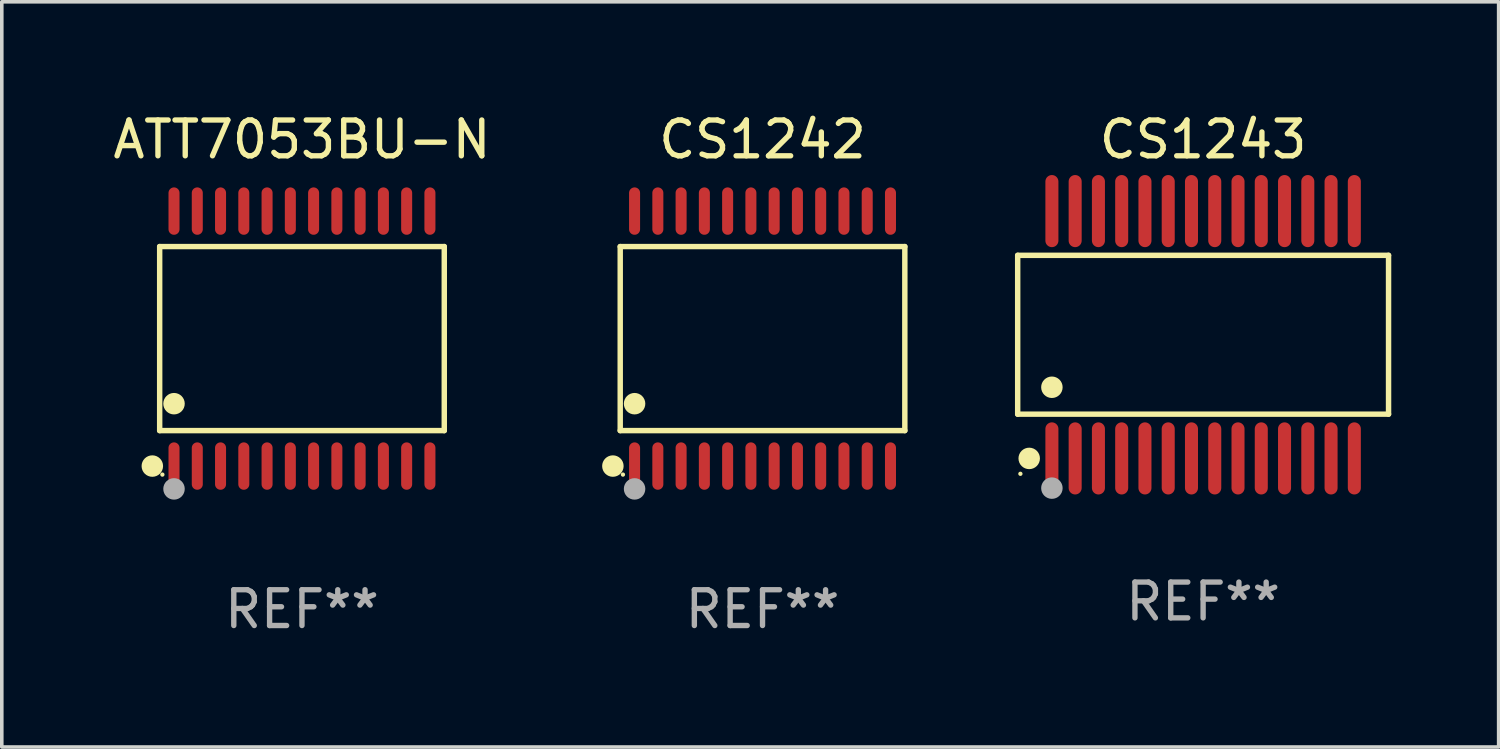
<source format=kicad_pcb>
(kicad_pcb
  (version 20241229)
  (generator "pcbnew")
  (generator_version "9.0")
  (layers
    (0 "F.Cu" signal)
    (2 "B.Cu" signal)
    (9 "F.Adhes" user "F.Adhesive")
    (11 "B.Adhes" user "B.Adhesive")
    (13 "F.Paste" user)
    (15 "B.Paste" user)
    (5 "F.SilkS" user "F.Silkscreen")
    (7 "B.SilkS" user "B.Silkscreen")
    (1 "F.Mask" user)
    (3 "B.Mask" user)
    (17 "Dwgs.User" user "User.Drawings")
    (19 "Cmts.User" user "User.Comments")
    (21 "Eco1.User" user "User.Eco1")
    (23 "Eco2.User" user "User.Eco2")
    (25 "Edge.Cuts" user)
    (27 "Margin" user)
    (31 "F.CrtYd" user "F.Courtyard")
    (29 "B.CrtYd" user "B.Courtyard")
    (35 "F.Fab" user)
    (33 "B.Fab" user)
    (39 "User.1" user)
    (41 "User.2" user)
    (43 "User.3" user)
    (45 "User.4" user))
  (footprint "CS1242"
    (layer "F.Cu")
    (at 18.255 6.41)
    (property "Reference" "CS1242" (at 0 -5.562 0) (layer "F.SilkS") (effects (font (size 1 1) (thickness 0.15))))
    (attr through_hole)
    (fp_line (start -3.976 -2.571) (end 3.976 -2.571) (stroke (width 0.152) (type solid)) (layer "F.SilkS"))
    (fp_line (start -3.976 2.571) (end -3.976 -2.571) (stroke (width 0.152) (type solid)) (layer "F.SilkS"))
    (fp_line (start 3.976 -2.571) (end 3.976 2.571) (stroke (width 0.152) (type solid)) (layer "F.SilkS"))
    (fp_line (start 3.976 2.571) (end -3.976 2.571) (stroke (width 0.152) (type solid)) (layer "F.SilkS"))
    (fp_circle (center -4.181 3.562) (end -4.031 3.562) (stroke (width 0.3) (type solid)) (fill no) (layer "F.SilkS"))
    (fp_circle (center -3.9 3.8) (end -3.87 3.8) (stroke (width 0.06) (type solid)) (fill no) (layer "F.SilkS"))
    (fp_circle (center -3.575 1.819) (end -3.425 1.819) (stroke (width 0.3) (type solid)) (fill no) (layer "F.SilkS"))
    (fp_circle (center -3.575 4.2) (end -3.425 4.2) (stroke (width 0.3) (type solid)) (fill no) (layer "F.Fab"))
    (fp_text user "REF**" (at 0 7.562 0) (layer "F.Fab") (effects (font (size 1 1) (thickness 0.15))))
    (pad "1" smd oval (at -3.575 3.562) (size 0.308 1.324) (layers "F.Cu" "F.Mask" "F.Paste"))
    (pad "2" smd oval (at -2.925 3.562) (size 0.308 1.324) (layers "F.Cu" "F.Mask" "F.Paste"))
    (pad "3" smd oval (at -2.275 3.562) (size 0.308 1.324) (layers "F.Cu" "F.Mask" "F.Paste"))
    (pad "4" smd oval (at -1.625 3.562) (size 0.308 1.324) (layers "F.Cu" "F.Mask" "F.Paste"))
    (pad "5" smd oval (at -0.975 3.562) (size 0.308 1.324) (layers "F.Cu" "F.Mask" "F.Paste"))
    (pad "6" smd oval (at -0.325 3.562) (size 0.308 1.324) (layers "F.Cu" "F.Mask" "F.Paste"))
    (pad "7" smd oval (at 0.325 3.562) (size 0.308 1.324) (layers "F.Cu" "F.Mask" "F.Paste"))
    (pad "8" smd oval (at 0.975 3.562) (size 0.308 1.324) (layers "F.Cu" "F.Mask" "F.Paste"))
    (pad "9" smd oval (at 1.625 3.562) (size 0.308 1.324) (layers "F.Cu" "F.Mask" "F.Paste"))
    (pad "10" smd oval (at 2.275 3.562) (size 0.308 1.324) (layers "F.Cu" "F.Mask" "F.Paste"))
    (pad "11" smd oval (at 2.925 3.562) (size 0.308 1.324) (layers "F.Cu" "F.Mask" "F.Paste"))
    (pad "12" smd oval (at 3.575 3.562) (size 0.308 1.324) (layers "F.Cu" "F.Mask" "F.Paste"))
    (pad "13" smd oval (at 3.575 -3.562) (size 0.308 1.324) (layers "F.Cu" "F.Mask" "F.Paste"))
    (pad "14" smd oval (at 2.925 -3.562) (size 0.308 1.324) (layers "F.Cu" "F.Mask" "F.Paste"))
    (pad "15" smd oval (at 2.275 -3.562) (size 0.308 1.324) (layers "F.Cu" "F.Mask" "F.Paste"))
    (pad "16" smd oval (at 1.625 -3.562) (size 0.308 1.324) (layers "F.Cu" "F.Mask" "F.Paste"))
    (pad "17" smd oval (at 0.975 -3.562) (size 0.308 1.324) (layers "F.Cu" "F.Mask" "F.Paste"))
    (pad "18" smd oval (at 0.325 -3.562) (size 0.308 1.324) (layers "F.Cu" "F.Mask" "F.Paste"))
    (pad "19" smd oval (at -0.325 -3.562) (size 0.308 1.324) (layers "F.Cu" "F.Mask" "F.Paste"))
    (pad "20" smd oval (at -0.975 -3.562) (size 0.308 1.324) (layers "F.Cu" "F.Mask" "F.Paste"))
    (pad "21" smd oval (at -1.625 -3.562) (size 0.308 1.324) (layers "F.Cu" "F.Mask" "F.Paste"))
    (pad "22" smd oval (at -2.275 -3.562) (size 0.308 1.324) (layers "F.Cu" "F.Mask" "F.Paste"))
    (pad "23" smd oval (at -2.925 -3.562) (size 0.308 1.324) (layers "F.Cu" "F.Mask" "F.Paste"))
    (pad "24" smd oval (at -3.575 -3.562) (size 0.308 1.324) (layers "F.Cu" "F.Mask" "F.Paste")))
  (footprint "CS1243"
    (layer "F.Cu")
    (at 30.565 6.303)
    (property "Reference" "CS1243" (at 0 -5.455 0) (layer "F.SilkS") (effects (font (size 1 1) (thickness 0.15))))
    (attr through_hole)
    (fp_line (start -5.181 -2.219) (end 5.181 -2.219) (stroke (width 0.152) (type solid)) (layer "F.SilkS"))
    (fp_line (start -5.181 2.219) (end -5.181 -2.219) (stroke (width 0.152) (type solid)) (layer "F.SilkS"))
    (fp_line (start 5.181 -2.219) (end 5.181 2.219) (stroke (width 0.152) (type solid)) (layer "F.SilkS"))
    (fp_line (start 5.181 2.219) (end -5.181 2.219) (stroke (width 0.152) (type solid)) (layer "F.SilkS"))
    (fp_circle (center -5.105 3.885) (end -5.075 3.885) (stroke (width 0.06) (type solid)) (fill no) (layer "F.SilkS"))
    (fp_circle (center -4.859 3.455) (end -4.709 3.455) (stroke (width 0.3) (type solid)) (fill no) (layer "F.SilkS"))
    (fp_circle (center -4.225 1.467) (end -4.075 1.467) (stroke (width 0.3) (type solid)) (fill no) (layer "F.SilkS"))
    (fp_circle (center -4.225 4.285) (end -4.075 4.285) (stroke (width 0.3) (type solid)) (fill no) (layer "F.Fab"))
    (fp_text user "REF**" (at 0 7.455 0) (layer "F.Fab") (effects (font (size 1 1) (thickness 0.15))))
    (pad "1" smd oval (at -4.225 3.455) (size 0.364 2.015) (layers "F.Cu" "F.Mask" "F.Paste"))
    (pad "2" smd oval (at -3.575 3.455) (size 0.364 2.015) (layers "F.Cu" "F.Mask" "F.Paste"))
    (pad "3" smd oval (at -2.925 3.455) (size 0.364 2.015) (layers "F.Cu" "F.Mask" "F.Paste"))
    (pad "4" smd oval (at -2.275 3.455) (size 0.364 2.015) (layers "F.Cu" "F.Mask" "F.Paste"))
    (pad "5" smd oval (at -1.625 3.455) (size 0.364 2.015) (layers "F.Cu" "F.Mask" "F.Paste"))
    (pad "6" smd oval (at -0.975 3.455) (size 0.364 2.015) (layers "F.Cu" "F.Mask" "F.Paste"))
    (pad "7" smd oval (at -0.325 3.455) (size 0.364 2.015) (layers "F.Cu" "F.Mask" "F.Paste"))
    (pad "8" smd oval (at 0.325 3.455) (size 0.364 2.015) (layers "F.Cu" "F.Mask" "F.Paste"))
    (pad "9" smd oval (at 0.975 3.455) (size 0.364 2.015) (layers "F.Cu" "F.Mask" "F.Paste"))
    (pad "10" smd oval (at 1.625 3.455) (size 0.364 2.015) (layers "F.Cu" "F.Mask" "F.Paste"))
    (pad "11" smd oval (at 2.275 3.455) (size 0.364 2.015) (layers "F.Cu" "F.Mask" "F.Paste"))
    (pad "12" smd oval (at 2.925 3.455) (size 0.364 2.015) (layers "F.Cu" "F.Mask" "F.Paste"))
    (pad "13" smd oval (at 3.575 3.455) (size 0.364 2.015) (layers "F.Cu" "F.Mask" "F.Paste"))
    (pad "14" smd oval (at 4.225 3.455) (size 0.364 2.015) (layers "F.Cu" "F.Mask" "F.Paste"))
    (pad "15" smd oval (at 4.225 -3.455) (size 0.364 2.015) (layers "F.Cu" "F.Mask" "F.Paste"))
    (pad "16" smd oval (at 3.575 -3.455) (size 0.364 2.015) (layers "F.Cu" "F.Mask" "F.Paste"))
    (pad "17" smd oval (at 2.925 -3.455) (size 0.364 2.015) (layers "F.Cu" "F.Mask" "F.Paste"))
    (pad "18" smd oval (at 2.275 -3.455) (size 0.364 2.015) (layers "F.Cu" "F.Mask" "F.Paste"))
    (pad "19" smd oval (at 1.625 -3.455) (size 0.364 2.015) (layers "F.Cu" "F.Mask" "F.Paste"))
    (pad "20" smd oval (at 0.975 -3.455) (size 0.364 2.015) (layers "F.Cu" "F.Mask" "F.Paste"))
    (pad "21" smd oval (at 0.325 -3.455) (size 0.364 2.015) (layers "F.Cu" "F.Mask" "F.Paste"))
    (pad "22" smd oval (at -0.325 -3.455) (size 0.364 2.015) (layers "F.Cu" "F.Mask" "F.Paste"))
    (pad "23" smd oval (at -0.975 -3.455) (size 0.364 2.015) (layers "F.Cu" "F.Mask" "F.Paste"))
    (pad "24" smd oval (at -1.625 -3.455) (size 0.364 2.015) (layers "F.Cu" "F.Mask" "F.Paste"))
    (pad "25" smd oval (at -2.275 -3.455) (size 0.364 2.015) (layers "F.Cu" "F.Mask" "F.Paste"))
    (pad "26" smd oval (at -2.925 -3.455) (size 0.364 2.015) (layers "F.Cu" "F.Mask" "F.Paste"))
    (pad "27" smd oval (at -3.575 -3.455) (size 0.364 2.015) (layers "F.Cu" "F.Mask" "F.Paste"))
    (pad "28" smd oval (at -4.225 -3.455) (size 0.364 2.015) (layers "F.Cu" "F.Mask" "F.Paste")))
  (footprint "ATT7053BU-N"
    (layer "F.Cu")
    (at 5.387 6.41)
    (property "Reference" "ATT7053BU-N" (at 0 -5.562 0) (layer "F.SilkS") (effects (font (size 1 1) (thickness 0.15))))
    (attr through_hole)
    (fp_line (start -3.976 -2.571) (end 3.976 -2.571) (stroke (width 0.152) (type solid)) (layer "F.SilkS"))
    (fp_line (start -3.976 2.571) (end -3.976 -2.571) (stroke (width 0.152) (type solid)) (layer "F.SilkS"))
    (fp_line (start 3.976 -2.571) (end 3.976 2.571) (stroke (width 0.152) (type solid)) (layer "F.SilkS"))
    (fp_line (start 3.976 2.571) (end -3.976 2.571) (stroke (width 0.152) (type solid)) (layer "F.SilkS"))
    (fp_circle (center -4.181 3.562) (end -4.031 3.562) (stroke (width 0.3) (type solid)) (fill no) (layer "F.SilkS"))
    (fp_circle (center -3.9 3.8) (end -3.87 3.8) (stroke (width 0.06) (type solid)) (fill no) (layer "F.SilkS"))
    (fp_circle (center -3.575 1.819) (end -3.425 1.819) (stroke (width 0.3) (type solid)) (fill no) (layer "F.SilkS"))
    (fp_circle (center -3.575 4.2) (end -3.425 4.2) (stroke (width 0.3) (type solid)) (fill no) (layer "F.Fab"))
    (fp_text user "REF**" (at 0 7.562 0) (layer "F.Fab") (effects (font (size 1 1) (thickness 0.15))))
    (pad "1" smd oval (at -3.575 3.562) (size 0.308 1.324) (layers "F.Cu" "F.Mask" "F.Paste"))
    (pad "2" smd oval (at -2.925 3.562) (size 0.308 1.324) (layers "F.Cu" "F.Mask" "F.Paste"))
    (pad "3" smd oval (at -2.275 3.562) (size 0.308 1.324) (layers "F.Cu" "F.Mask" "F.Paste"))
    (pad "4" smd oval (at -1.625 3.562) (size 0.308 1.324) (layers "F.Cu" "F.Mask" "F.Paste"))
    (pad "5" smd oval (at -0.975 3.562) (size 0.308 1.324) (layers "F.Cu" "F.Mask" "F.Paste"))
    (pad "6" smd oval (at -0.325 3.562) (size 0.308 1.324) (layers "F.Cu" "F.Mask" "F.Paste"))
    (pad "7" smd oval (at 0.325 3.562) (size 0.308 1.324) (layers "F.Cu" "F.Mask" "F.Paste"))
    (pad "8" smd oval (at 0.975 3.562) (size 0.308 1.324) (layers "F.Cu" "F.Mask" "F.Paste"))
    (pad "9" smd oval (at 1.625 3.562) (size 0.308 1.324) (layers "F.Cu" "F.Mask" "F.Paste"))
    (pad "10" smd oval (at 2.275 3.562) (size 0.308 1.324) (layers "F.Cu" "F.Mask" "F.Paste"))
    (pad "11" smd oval (at 2.925 3.562) (size 0.308 1.324) (layers "F.Cu" "F.Mask" "F.Paste"))
    (pad "12" smd oval (at 3.575 3.562) (size 0.308 1.324) (layers "F.Cu" "F.Mask" "F.Paste"))
    (pad "13" smd oval (at 3.575 -3.562) (size 0.308 1.324) (layers "F.Cu" "F.Mask" "F.Paste"))
    (pad "14" smd oval (at 2.925 -3.562) (size 0.308 1.324) (layers "F.Cu" "F.Mask" "F.Paste"))
    (pad "15" smd oval (at 2.275 -3.562) (size 0.308 1.324) (layers "F.Cu" "F.Mask" "F.Paste"))
    (pad "16" smd oval (at 1.625 -3.562) (size 0.308 1.324) (layers "F.Cu" "F.Mask" "F.Paste"))
    (pad "17" smd oval (at 0.975 -3.562) (size 0.308 1.324) (layers "F.Cu" "F.Mask" "F.Paste"))
    (pad "18" smd oval (at 0.325 -3.562) (size 0.308 1.324) (layers "F.Cu" "F.Mask" "F.Paste"))
    (pad "19" smd oval (at -0.325 -3.562) (size 0.308 1.324) (layers "F.Cu" "F.Mask" "F.Paste"))
    (pad "20" smd oval (at -0.975 -3.562) (size 0.308 1.324) (layers "F.Cu" "F.Mask" "F.Paste"))
    (pad "21" smd oval (at -1.625 -3.562) (size 0.308 1.324) (layers "F.Cu" "F.Mask" "F.Paste"))
    (pad "22" smd oval (at -2.275 -3.562) (size 0.308 1.324) (layers "F.Cu" "F.Mask" "F.Paste"))
    (pad "23" smd oval (at -2.925 -3.562) (size 0.308 1.324) (layers "F.Cu" "F.Mask" "F.Paste"))
    (pad "24" smd oval (at -3.575 -3.562) (size 0.308 1.324) (layers "F.Cu" "F.Mask" "F.Paste")))
  (gr_rect
    (start -3 -3)
    (end 38.822 17.821)
    (stroke (width 0.1) (type default))
    (fill no)
    (layer "Edge.Cuts")))
</source>
